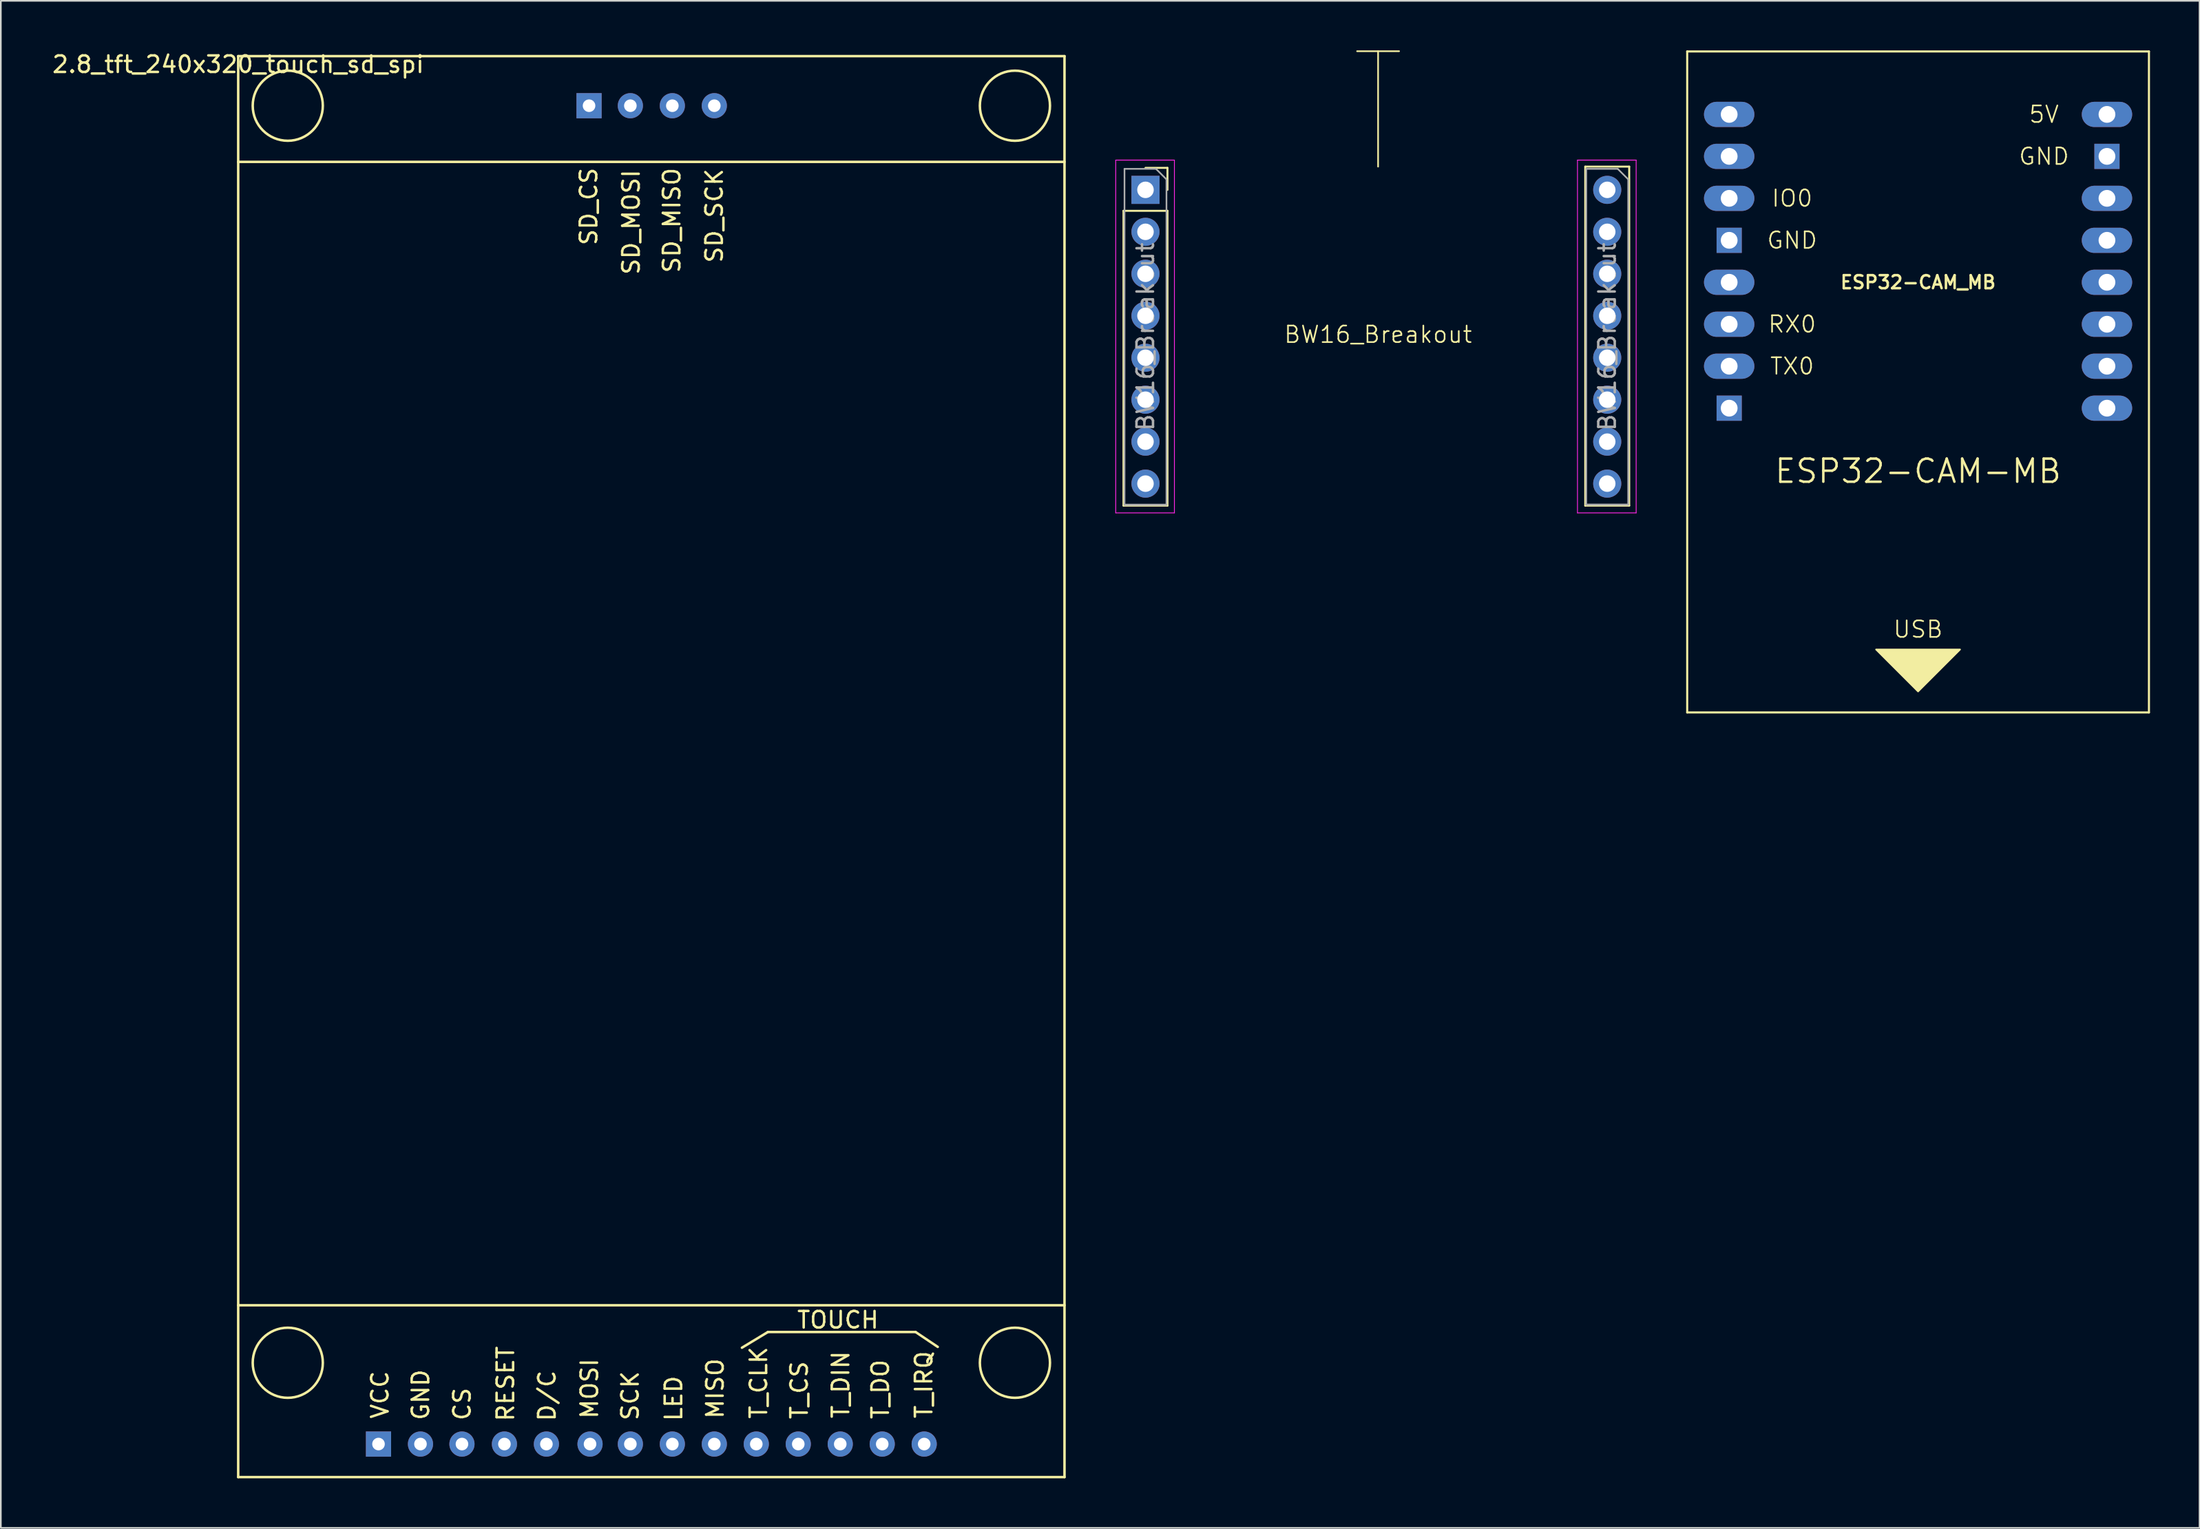
<source format=kicad_pcb>
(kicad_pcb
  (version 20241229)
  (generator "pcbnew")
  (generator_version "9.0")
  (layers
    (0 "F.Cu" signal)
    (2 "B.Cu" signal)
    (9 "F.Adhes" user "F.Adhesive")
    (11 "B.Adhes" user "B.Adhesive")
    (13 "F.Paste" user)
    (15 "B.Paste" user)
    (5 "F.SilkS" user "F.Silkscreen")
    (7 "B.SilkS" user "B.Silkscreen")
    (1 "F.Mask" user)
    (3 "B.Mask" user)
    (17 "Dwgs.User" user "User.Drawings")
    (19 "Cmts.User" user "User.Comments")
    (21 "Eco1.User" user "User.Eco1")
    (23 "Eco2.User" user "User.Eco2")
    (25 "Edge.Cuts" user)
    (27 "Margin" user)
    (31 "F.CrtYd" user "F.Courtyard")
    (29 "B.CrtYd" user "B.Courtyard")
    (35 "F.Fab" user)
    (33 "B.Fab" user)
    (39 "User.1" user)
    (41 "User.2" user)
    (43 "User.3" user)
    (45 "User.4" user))
  (footprint "BW16_Breakout"
    (layer "F.Cu")
    (at 80.338 17.195)
    (property "Reference" "BW16_Breakout" (at 0 0 0) (unlocked yes) (layer "F.SilkS") (effects (font (size 1 1) (thickness 0.1))))
    (attr through_hole)
    (fp_line (start -15.405 -7.485) (end -15.405 10.355) (stroke (width 0.12) (type solid)) (layer "F.SilkS"))
    (fp_line (start -15.405 -7.485) (end -12.745 -7.485) (stroke (width 0.12) (type solid)) (layer "F.SilkS"))
    (fp_line (start -15.405 10.355) (end -12.745 10.355) (stroke (width 0.12) (type solid)) (layer "F.SilkS"))
    (fp_line (start -14.075 -10.085) (end -12.745 -10.085) (stroke (width 0.12) (type solid)) (layer "F.SilkS"))
    (fp_line (start -12.745 -10.085) (end -12.745 -8.755) (stroke (width 0.12) (type solid)) (layer "F.SilkS"))
    (fp_line (start -12.745 -7.485) (end -12.745 10.355) (stroke (width 0.12) (type solid)) (layer "F.SilkS"))
    (fp_line (start -1.27 -17.145) (end 1.27 -17.145) (stroke (width 0.1) (type default)) (layer "F.SilkS"))
    (fp_line (start 0 -10.16) (end 0 -17.145) (stroke (width 0.1) (type default)) (layer "F.SilkS"))
    (fp_line (start 12.535 -10.16) (end 12.535 10.355) (stroke (width 0.12) (type solid)) (layer "F.SilkS"))
    (fp_line (start 12.535 -10.16) (end 15.195 -10.16) (stroke (width 0.12) (type solid)) (layer "F.SilkS"))
    (fp_line (start 12.535 10.355) (end 15.195 10.355) (stroke (width 0.12) (type solid)) (layer "F.SilkS"))
    (fp_line (start 15.195 -10.16) (end 15.195 10.355) (stroke (width 0.12) (type solid)) (layer "F.SilkS"))
    (fp_line (start -15.875 -10.555) (end -12.325 -10.555) (stroke (width 0.05) (type solid)) (layer "F.CrtYd"))
    (fp_line (start -15.875 10.795) (end -15.875 -10.555) (stroke (width 0.05) (type solid)) (layer "F.CrtYd"))
    (fp_line (start -12.325 -10.555) (end -12.325 10.795) (stroke (width 0.05) (type solid)) (layer "F.CrtYd"))
    (fp_line (start -12.325 10.795) (end -15.875 10.795) (stroke (width 0.05) (type solid)) (layer "F.CrtYd"))
    (fp_line (start 12.065 -10.555) (end 15.615 -10.555) (stroke (width 0.05) (type solid)) (layer "F.CrtYd"))
    (fp_line (start 12.065 10.795) (end 12.065 -10.555) (stroke (width 0.05) (type solid)) (layer "F.CrtYd"))
    (fp_line (start 15.615 -10.555) (end 15.615 10.795) (stroke (width 0.05) (type solid)) (layer "F.CrtYd"))
    (fp_line (start 15.615 10.795) (end 12.065 10.795) (stroke (width 0.05) (type solid)) (layer "F.CrtYd"))
    (fp_line (start -15.345 -10.025) (end -13.44 -10.025) (stroke (width 0.1) (type solid)) (layer "F.Fab"))
    (fp_line (start -15.345 10.295) (end -15.345 -10.025) (stroke (width 0.1) (type solid)) (layer "F.Fab"))
    (fp_line (start -13.44 -10.025) (end -12.805 -9.39) (stroke (width 0.1) (type solid)) (layer "F.Fab"))
    (fp_line (start -12.805 -9.39) (end -12.805 10.295) (stroke (width 0.1) (type solid)) (layer "F.Fab"))
    (fp_line (start -12.805 10.295) (end -15.345 10.295) (stroke (width 0.1) (type solid)) (layer "F.Fab"))
    (fp_line (start -12.805 10.31) (end -15.345 10.31) (stroke (width 0.1) (type solid)) (layer "F.Fab"))
    (fp_line (start 12.595 -10.025) (end 14.5 -10.025) (stroke (width 0.1) (type solid)) (layer "F.Fab"))
    (fp_line (start 12.595 10.295) (end 12.595 -10.025) (stroke (width 0.1) (type solid)) (layer "F.Fab"))
    (fp_line (start 14.5 -10.025) (end 15.135 -9.39) (stroke (width 0.1) (type solid)) (layer "F.Fab"))
    (fp_line (start 15.135 -9.39) (end 15.135 10.295) (stroke (width 0.1) (type solid)) (layer "F.Fab"))
    (fp_line (start 15.135 10.295) (end 12.595 10.295) (stroke (width 0.1) (type solid)) (layer "F.Fab"))
    (fp_line (start 15.135 10.295) (end 12.595 10.295) (stroke (width 0.1) (type solid)) (layer "F.Fab"))
    (fp_text user "${REFERENCE}" (at -14.075 0.135 90) (layer "F.Fab") (effects (font (size 1 1) (thickness 0.15))))
    (fp_text user "${REFERENCE}" (at 13.865 0.135 90) (layer "F.Fab") (effects (font (size 1 1) (thickness 0.15))))
    (pad "1" thru_hole rect (at -14.075 -8.755) (size 1.7 1.7) (drill 1) (layers "*.Cu" "*.Mask"))
    (pad "2" thru_hole oval (at -14.075 -6.215) (size 1.7 1.7) (drill 1) (layers "*.Cu" "*.Mask"))
    (pad "3" thru_hole oval (at -14.075 -3.675) (size 1.7 1.7) (drill 1) (layers "*.Cu" "*.Mask"))
    (pad "4" thru_hole oval (at -14.075 -1.135) (size 1.7 1.7) (drill 1) (layers "*.Cu" "*.Mask"))
    (pad "5" thru_hole oval (at -14.075 1.405) (size 1.7 1.7) (drill 1) (layers "*.Cu" "*.Mask"))
    (pad "6" thru_hole oval (at -14.075 3.945) (size 1.7 1.7) (drill 1) (layers "*.Cu" "*.Mask"))
    (pad "7" thru_hole oval (at -14.075 6.485) (size 1.7 1.7) (drill 1) (layers "*.Cu" "*.Mask"))
    (pad "8" thru_hole oval (at -14.075 9.025) (size 1.7 1.7) (drill 1) (layers "*.Cu" "*.Mask"))
    (pad "9" thru_hole oval (at 13.865 9.025) (size 1.7 1.7) (drill 1) (layers "*.Cu" "*.Mask"))
    (pad "10" thru_hole oval (at 13.865 6.485) (size 1.7 1.7) (drill 1) (layers "*.Cu" "*.Mask"))
    (pad "11" thru_hole oval (at 13.865 3.945) (size 1.7 1.7) (drill 1) (layers "*.Cu" "*.Mask"))
    (pad "12" thru_hole oval (at 13.865 1.405) (size 1.7 1.7) (drill 1) (layers "*.Cu" "*.Mask"))
    (pad "13" thru_hole oval (at 13.865 -1.135) (size 1.7 1.7) (drill 1) (layers "*.Cu" "*.Mask"))
    (pad "14" thru_hole oval (at 13.865 -3.675) (size 1.7 1.7) (drill 1) (layers "*.Cu" "*.Mask"))
    (pad "15" thru_hole oval (at 13.865 -6.215) (size 1.7 1.7) (drill 1) (layers "*.Cu" "*.Mask"))
    (pad "16" thru_hole circle (at 13.865 -8.755) (size 1.7 1.7) (drill 1) (layers "*.Cu" "*.Mask")))
  (footprint "ESP32-CAM_MB"
    (layer "F.Cu")
    (at 113.012 24.194)
    (property "Reference" "ESP32-CAM_MB" (at 0 -10.16 180) (layer "F.SilkS") (effects (font (size 0.787 0.787) (thickness 0.15))))
    (attr through_hole)
    (fp_line (start -13.97 -24.13) (end 13.97 -24.13) (stroke (width 0.127) (type solid)) (layer "F.SilkS"))
    (fp_line (start -13.97 15.875) (end -13.97 -24.13) (stroke (width 0.127) (type solid)) (layer "F.SilkS"))
    (fp_line (start 13.97 -24.13) (end 13.97 15.875) (stroke (width 0.127) (type solid)) (layer "F.SilkS"))
    (fp_line (start 13.97 15.875) (end -13.97 15.875) (stroke (width 0.127) (type solid)) (layer "F.SilkS"))
    (fp_poly (pts (xy -2.54 12.065) (xy 2.54 12.065) (xy 0 14.605)) (stroke (width 0.1) (type solid)) (fill yes) (layer "F.SilkS"))
    (fp_text user "5V" (at 7.62 -20.32 0) (unlocked yes) (layer "F.SilkS") (effects (font (size 1 1) (thickness 0.1))))
    (fp_text user "GND" (at 7.62 -17.78 0) (unlocked yes) (layer "F.SilkS") (effects (font (size 1 1) (thickness 0.1))))
    (fp_text user "IO0" (at -7.62 -15.24 0) (unlocked yes) (layer "F.SilkS") (effects (font (size 1 1) (thickness 0.1))))
    (fp_text user "USB" (at 0 11.43 0) (unlocked yes) (layer "F.SilkS") (effects (font (size 1 1) (thickness 0.1)) (justify bottom)))
    (fp_text user "TX0" (at -7.62 -5.08 0) (unlocked yes) (layer "F.SilkS") (effects (font (size 1 1) (thickness 0.1))))
    (fp_text user "ESP32-CAM-MB" (at 0 1.27 180) (layer "F.SilkS") (effects (font (size 1.4 1.4) (thickness 0.15))))
    (fp_text user "GND" (at -7.62 -12.7 0) (unlocked yes) (layer "F.SilkS") (effects (font (size 1 1) (thickness 0.1))))
    (fp_text user "RX0" (at -7.62 -7.62 0) (unlocked yes) (layer "F.SilkS") (effects (font (size 1 1) (thickness 0.1))))
    (pad "P$1" thru_hole rect (at -11.43 -2.54 180) (size 1.524 1.524) (drill 1.016) (layers "*.Cu" "*.Mask"))
    (pad "P$2" thru_hole oval (at -11.43 -5.08 180) (size 3.048 1.524) (drill 1.016) (layers "*.Cu" "*.Mask"))
    (pad "P$3" thru_hole oval (at -11.43 -7.62 180) (size 3.048 1.524) (drill 1.016) (layers "*.Cu" "*.Mask"))
    (pad "P$4" thru_hole oval (at -11.43 -10.16 180) (size 3.048 1.524) (drill 1.016) (layers "*.Cu" "*.Mask"))
    (pad "P$5" thru_hole rect (at -11.43 -12.7 180) (size 1.524 1.524) (drill 1.016) (layers "*.Cu" "*.Mask"))
    (pad "P$6" thru_hole oval (at -11.43 -15.24 180) (size 3.048 1.524) (drill 1.016) (layers "*.Cu" "*.Mask"))
    (pad "P$7" thru_hole oval (at -11.43 -17.78 180) (size 3.048 1.524) (drill 1.016) (layers "*.Cu" "*.Mask"))
    (pad "P$8" thru_hole oval (at -11.43 -20.32 180) (size 3.048 1.524) (drill 1.016) (layers "*.Cu" "*.Mask"))
    (pad "P$9" thru_hole oval (at 11.43 -20.32 180) (size 3.048 1.524) (drill 1.016) (layers "*.Cu" "*.Mask"))
    (pad "P$10" thru_hole rect (at 11.43 -17.78 180) (size 1.524 1.524) (drill 1.016) (layers "*.Cu" "*.Mask"))
    (pad "P$11" thru_hole oval (at 11.43 -15.24 180) (size 3.048 1.524) (drill 1.016) (layers "*.Cu" "*.Mask"))
    (pad "P$12" thru_hole oval (at 11.43 -12.7 180) (size 3.048 1.524) (drill 1.016) (layers "*.Cu" "*.Mask"))
    (pad "P$13" thru_hole oval (at 11.43 -10.16 180) (size 3.048 1.524) (drill 1.016) (layers "*.Cu" "*.Mask"))
    (pad "P$14" thru_hole oval (at 11.43 -7.62 180) (size 3.048 1.524) (drill 1.016) (layers "*.Cu" "*.Mask"))
    (pad "P$15" thru_hole oval (at 11.43 -5.08 180) (size 3.048 1.524) (drill 1.016) (layers "*.Cu" "*.Mask"))
    (pad "P$16" thru_hole oval (at 11.43 -2.54 180) (size 3.048 1.524) (drill 1.016) (layers "*.Cu" "*.Mask")))
  (footprint "2.8_tft_240x320_touch_sd_spi"
    (layer "F.Cu")
    (at 11.363 0.348)
    (property "Reference" "2.8_tft_240x320_touch_sd_spi" (at 0 0.5 0) (layer "F.SilkS") (effects (font (size 1 1) (thickness 0.15))))
    (attr through_hole)
    (fp_line (start 0 0) (end 50 0) (stroke (width 0.15) (type solid)) (layer "F.SilkS"))
    (fp_line (start 0 6.4) (end 50 6.4) (stroke (width 0.15) (type solid)) (layer "F.SilkS"))
    (fp_line (start 0 75.6) (end 50 75.6) (stroke (width 0.15) (type solid)) (layer "F.SilkS"))
    (fp_line (start 0 86) (end 0 0) (stroke (width 0.15) (type solid)) (layer "F.SilkS"))
    (fp_line (start 30.48 78.17) (end 32.05 77.22) (stroke (width 0.15) (type solid)) (layer "F.SilkS"))
    (fp_line (start 32.05 77.22) (end 40.99 77.22) (stroke (width 0.15) (type solid)) (layer "F.SilkS"))
    (fp_line (start 40.99 77.22) (end 42.33 78.12) (stroke (width 0.15) (type solid)) (layer "F.SilkS"))
    (fp_line (start 50 0) (end 50 86) (stroke (width 0.15) (type solid)) (layer "F.SilkS"))
    (fp_line (start 50 86) (end 0 86) (stroke (width 0.15) (type solid)) (layer "F.SilkS"))
    (fp_circle (center 3 3) (end 4.5 4.5) (stroke (width 0.15) (type solid)) (fill no) (layer "F.SilkS"))
    (fp_circle (center 3 79.08) (end 4.5 80.58) (stroke (width 0.15) (type solid)) (fill no) (layer "F.SilkS"))
    (fp_circle (center 47 3) (end 48.5 4.5) (stroke (width 0.15) (type solid)) (fill no) (layer "F.SilkS"))
    (fp_circle (center 47 79.08) (end 48.5 80.58) (stroke (width 0.15) (type solid)) (fill no) (layer "F.SilkS"))
    (fp_text user "T_CS" (at 33.95 80.74 90) (layer "F.SilkS") (effects (font (size 1 1) (thickness 0.15))))
    (fp_text user "SD_MOSI" (at 23.78 10.05 90) (layer "F.SilkS") (effects (font (size 1 1) (thickness 0.15))))
    (fp_text user "TOUCH" (at 36.29 76.49 0) (layer "F.SilkS") (effects (font (size 1 1) (thickness 0.15))))
    (fp_text user "SD_SCK" (at 28.81 9.66 90) (layer "F.SilkS") (effects (font (size 1 1) (thickness 0.15))))
    (fp_text user "T_DO" (at 38.86 80.69 90) (layer "F.SilkS") (effects (font (size 1 1) (thickness 0.15))))
    (fp_text user "SCK" (at 23.72 81.08 90) (layer "F.SilkS") (effects (font (size 1 1) (thickness 0.15))))
    (fp_text user "SD_CS" (at 21.21 9.1 90) (layer "F.SilkS") (effects (font (size 1 1) (thickness 0.15))))
    (fp_text user "GND" (at 11.04 81.02 90) (layer "F.SilkS") (effects (font (size 1 1) (thickness 0.15))))
    (fp_text user "SD_MISO" (at 26.24 9.94 90) (layer "F.SilkS") (effects (font (size 1 1) (thickness 0.15))))
    (fp_text user "MOSI" (at 21.26 80.645 90) (layer "F.SilkS") (effects (font (size 1 1) (thickness 0.15))))
    (fp_text user "T_IRQ" (at 41.49 80.41 90) (layer "F.SilkS") (effects (font (size 1 1) (thickness 0.15))))
    (fp_text user "D/C" (at 18.69 81.08 90) (layer "F.SilkS") (effects (font (size 1 1) (thickness 0.15))))
    (fp_text user "T_DIN" (at 36.46 80.41 90) (layer "F.SilkS") (effects (font (size 1 1) (thickness 0.15))))
    (fp_text user "LED" (at 26.35 81.24 90) (layer "F.SilkS") (effects (font (size 1 1) (thickness 0.15))))
    (fp_text user "VCC" (at 8.58 81.02 90) (layer "F.SilkS") (effects (font (size 1 1) (thickness 0.15))))
    (fp_text user "CS" (at 13.55 81.58 90) (layer "F.SilkS") (effects (font (size 1 1) (thickness 0.15))))
    (fp_text user "MISO" (at 28.86 80.645 90) (layer "F.SilkS") (effects (font (size 1 1) (thickness 0.15))))
    (fp_text user "RESET" (at 16.18 80.35 90) (layer "F.SilkS") (effects (font (size 1 1) (thickness 0.15))))
    (fp_text user "T_CLK" (at 31.49 80.29 90) (layer "F.SilkS") (effects (font (size 1 1) (thickness 0.15))))
    (pad "1" thru_hole rect (at 8.49 84) (size 1.524 1.524) (drill 0.762) (layers "*.Cu" "*.Mask"))
    (pad "2" thru_hole circle (at 11.03 84) (size 1.524 1.524) (drill 0.762) (layers "*.Cu" "*.Mask"))
    (pad "3" thru_hole circle (at 13.54 84) (size 1.524 1.524) (drill 0.762) (layers "*.Cu" "*.Mask"))
    (pad "4" thru_hole circle (at 16.11 84) (size 1.524 1.524) (drill 0.762) (layers "*.Cu" "*.Mask"))
    (pad "5" thru_hole circle (at 18.65 84) (size 1.524 1.524) (drill 0.762) (layers "*.Cu" "*.Mask"))
    (pad "6" thru_hole circle (at 21.29 84) (size 1.524 1.524) (drill 0.762) (layers "*.Cu" "*.Mask"))
    (pad "7" thru_hole circle (at 23.73 84) (size 1.524 1.524) (drill 0.762) (layers "*.Cu" "*.Mask"))
    (pad "8" thru_hole circle (at 26.27 84) (size 1.524 1.524) (drill 0.762) (layers "*.Cu" "*.Mask"))
    (pad "9" thru_hole circle (at 28.81 84) (size 1.524 1.524) (drill 0.762) (layers "*.Cu" "*.Mask"))
    (pad "10" thru_hole circle (at 31.35 84) (size 1.524 1.524) (drill 0.762) (layers "*.Cu" "*.Mask"))
    (pad "11" thru_hole circle (at 33.89 84) (size 1.524 1.524) (drill 0.762) (layers "*.Cu" "*.Mask"))
    (pad "12" thru_hole circle (at 36.43 84) (size 1.524 1.524) (drill 0.762) (layers "*.Cu" "*.Mask"))
    (pad "13" thru_hole circle (at 38.97 84) (size 1.524 1.524) (drill 0.762) (layers "*.Cu" "*.Mask"))
    (pad "14" thru_hole circle (at 41.51 84) (size 1.524 1.524) (drill 0.762) (layers "*.Cu" "*.Mask"))
    (pad "15" thru_hole rect (at 21.23 3) (size 1.524 1.524) (drill 0.762) (layers "*.Cu" "*.Mask"))
    (pad "16" thru_hole circle (at 23.73 3) (size 1.524 1.524) (drill 0.762) (layers "*.Cu" "*.Mask"))
    (pad "17" thru_hole circle (at 26.27 3) (size 1.524 1.524) (drill 0.762) (layers "*.Cu" "*.Mask"))
    (pad "18" thru_hole circle (at 28.81 3) (size 1.524 1.524) (drill 0.762) (layers "*.Cu" "*.Mask")))
  (gr_rect
    (start -3 -3)
    (end 130.045 89.423)
    (stroke (width 0.1) (type default))
    (fill no)
    (layer "Edge.Cuts")))
</source>
